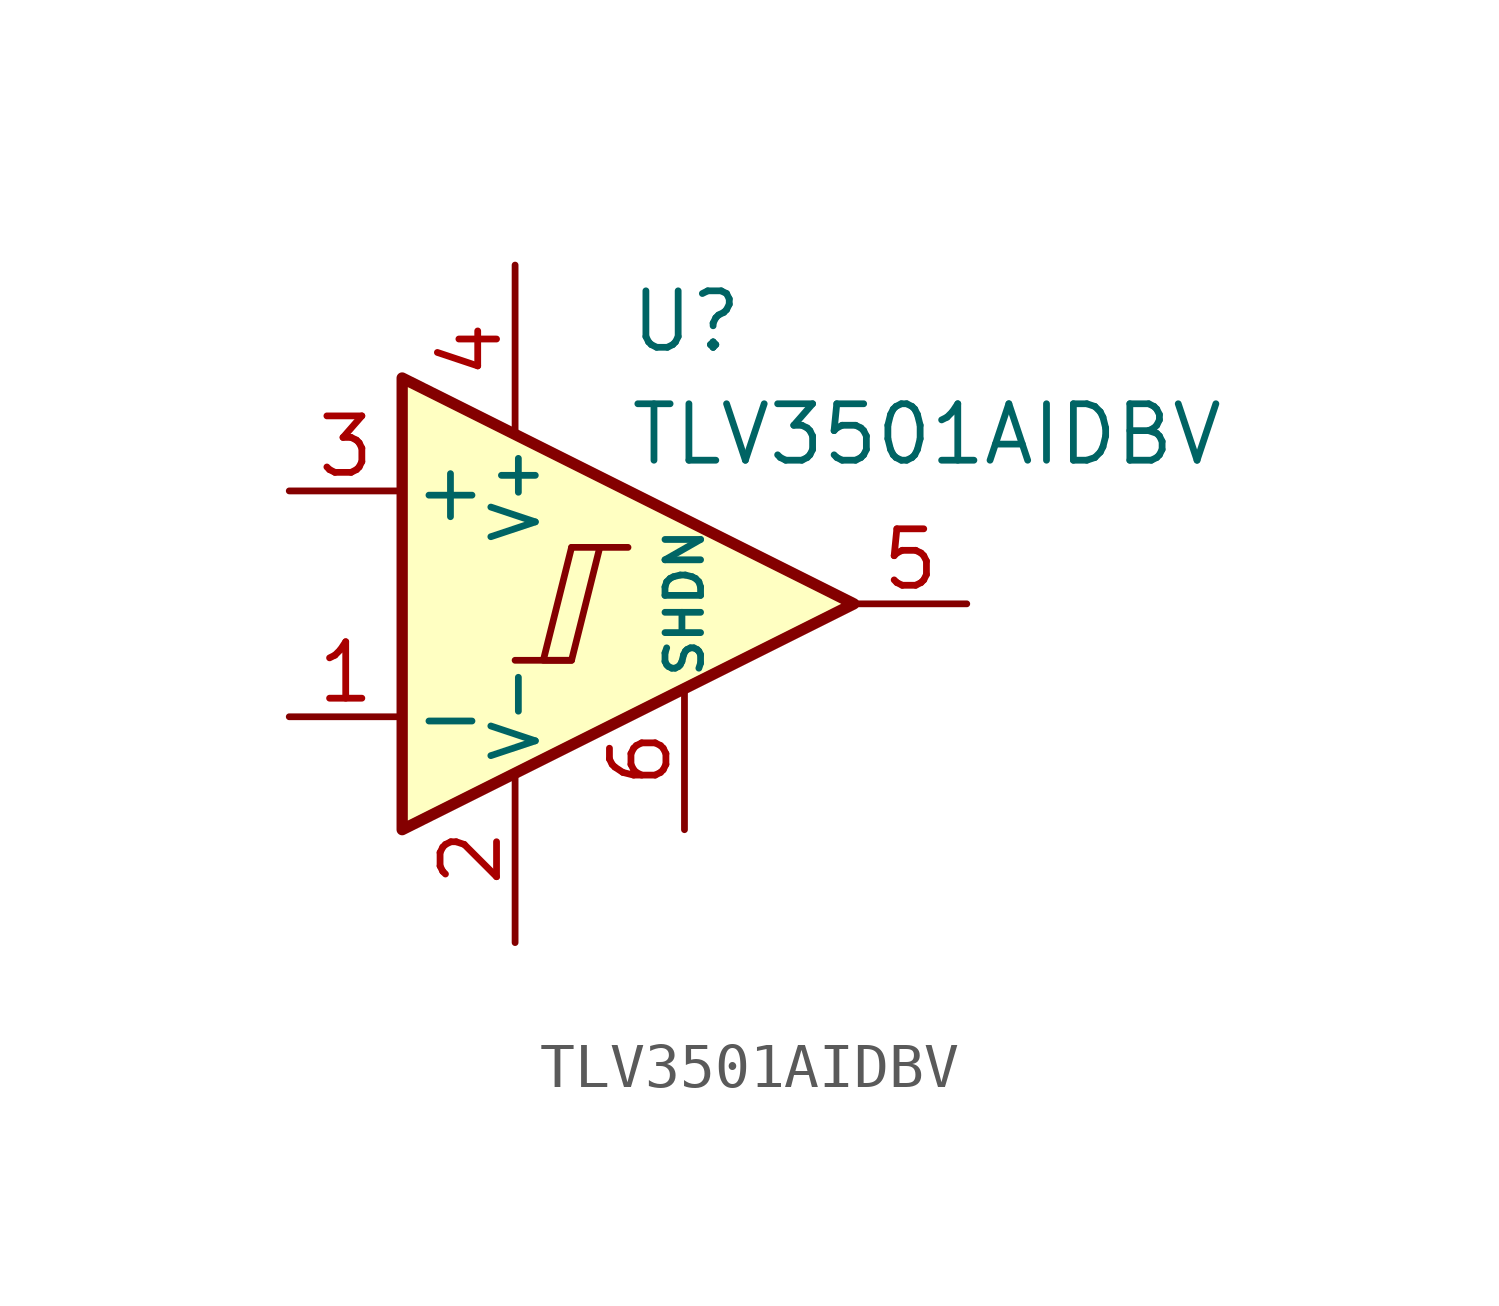
<source format=kicad_sym>
(kicad_symbol_lib
  (version 20231120)
  (generator "kicad_symbol_editor")
  (generator_version "8.0")
  (symbol "TLV3501AIDBV"
    (pin_names
      (offset 0.2))
    (property "Reference" "U"
      (at 1.27 6.35 0)
      (effects (font (size 1.27 1.27)) (justify left)))
    (property "Value" "TLV3501AIDBV"
      (at 1.27 3.81 0)
      (effects (font (size 1.27 1.27)) (justify left)))
    (symbol "TLV3501AIDBV_0_0"
      (polyline (pts (xy -1.27 -1.27) (xy 0 -1.27)) (stroke (width 0.152) (type default)) (fill (type none)))
      (polyline (pts (xy 0 1.27) (xy 1.27 1.27)) (stroke (width 0.152) (type default)) (fill (type none)))
      (polyline (pts (xy 0 1.27) (xy -0.635 -1.27) (xy 0 -1.27) (xy 0.635 1.27)) (stroke (width 0.152) (type default)) (fill (type none))))
    (symbol "TLV3501AIDBV_0_1"
      (polyline (pts (xy -3.81 5.08) (xy -3.81 -5.08) (xy 6.35 0) (xy -3.81 5.08)) (stroke (width 0.254) (type default)) (fill (type background))))
    (symbol "TLV3501AIDBV_1_1"
      (pin input line (at -6.35 -2.54 0) (length 2.54) (name "-" (effects (font (size 1.27 1.27)))) (number "1" (effects (font (size 1.27 1.27)))))
      (pin power_in line (at -1.27 -7.62 90) (length 3.81) (name "V-" (effects (font (size 1 1)))) (number "2" (effects (font (size 1.27 1.27)))))
      (pin input line (at -6.35 2.54 0) (length 2.54) (name "+" (effects (font (size 1.27 1.27)))) (number "3" (effects (font (size 1.27 1.27)))))
      (pin power_in line (at -1.27 7.62 270) (length 3.81) (name "V+" (effects (font (size 1 1)))) (number "4" (effects (font (size 1.27 1.27)))))
      (pin output line (at 8.89 0 180) (length 2.54) (name "~" (effects (font (size 1.27 1.27)))) (number "5" (effects (font (size 1.27 1.27)))))
      (pin input line (at 2.54 -5.08 90) (length 3.18) (name "SHDN" (effects (font (size 0.8 0.8)))) (number "6" (effects (font (size 1.27 1.27))))))))
</source>
